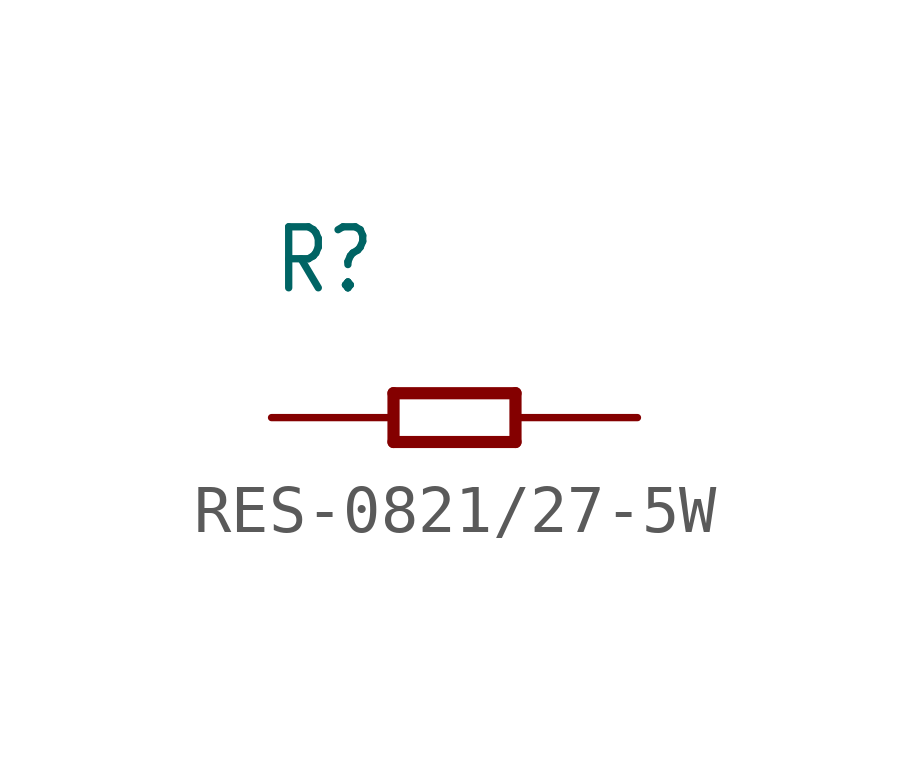
<source format=kicad_sym>
(kicad_symbol_lib
  (version 20220914)
  (generator kicad_symbol_editor)
  (symbol "RES-0821/27-5W"
    (property "Reference" "R"
      (at -3.81 2.54 0)
      (effects (font (size 1.27 1.079)) (justify left bottom)))
    (property "Value" ""
      (at -3.81 1.27 0)
      (effects (font (size 1.27 1.079)) (justify left bottom)))
    (property "ki_locked" ""
      (at 0 0 0)
      (effects (font (size 1.27 1.27))))
    (symbol "RES-0821/27-5W_1_0"
      (polyline (pts (xy -1.27 -0.508) (xy -1.27 0.508)) (stroke (width 0.254) (type solid)) (fill (type none)))
      (polyline (pts (xy -1.27 0.508) (xy 1.27 0.508)) (stroke (width 0.254) (type solid)) (fill (type none)))
      (polyline (pts (xy 1.27 -0.508) (xy -1.27 -0.508)) (stroke (width 0.254) (type solid)) (fill (type none)))
      (polyline (pts (xy 1.27 0.508) (xy 1.27 -0.508)) (stroke (width 0.254) (type solid)) (fill (type none)))
      (pin passive line (at -3.81 0 0) (length 2.54) (name "1" (effects (font (size 0 0)))) (number "P$1" (effects (font (size 0 0)))))
      (pin passive line (at 3.81 0 180) (length 2.54) (name "2" (effects (font (size 0 0)))) (number "P$2" (effects (font (size 0 0))))))))
</source>
